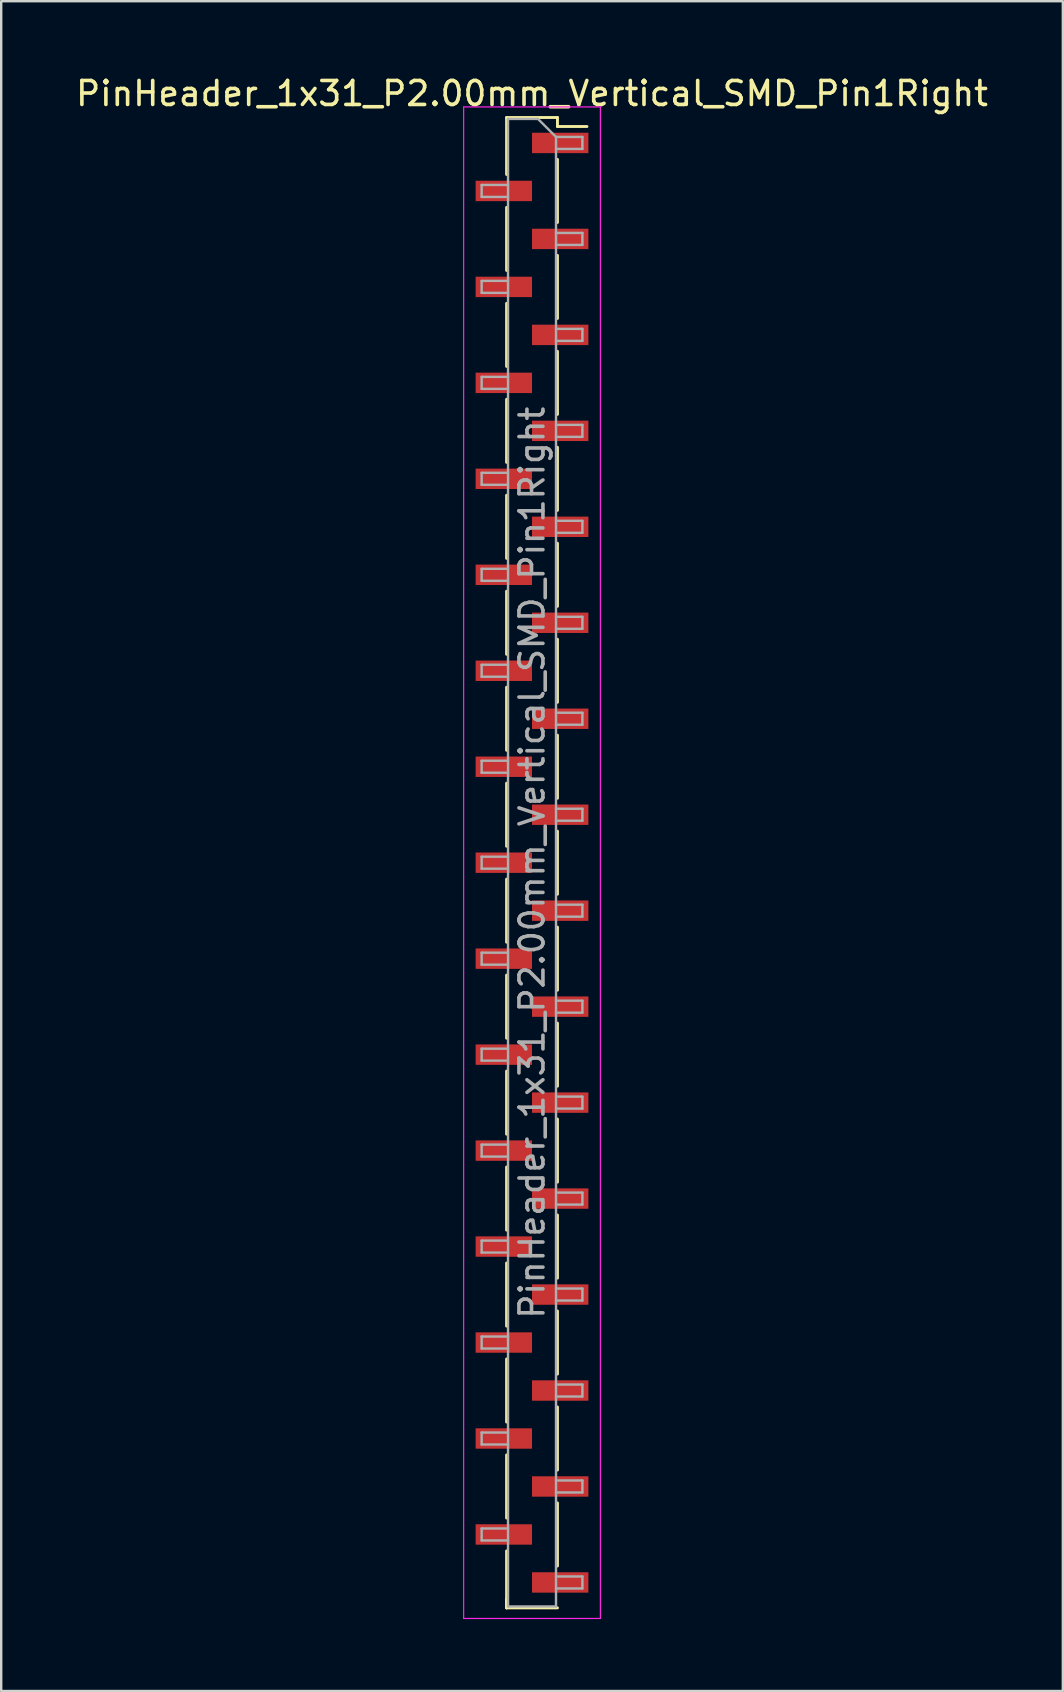
<source format=kicad_pcb>
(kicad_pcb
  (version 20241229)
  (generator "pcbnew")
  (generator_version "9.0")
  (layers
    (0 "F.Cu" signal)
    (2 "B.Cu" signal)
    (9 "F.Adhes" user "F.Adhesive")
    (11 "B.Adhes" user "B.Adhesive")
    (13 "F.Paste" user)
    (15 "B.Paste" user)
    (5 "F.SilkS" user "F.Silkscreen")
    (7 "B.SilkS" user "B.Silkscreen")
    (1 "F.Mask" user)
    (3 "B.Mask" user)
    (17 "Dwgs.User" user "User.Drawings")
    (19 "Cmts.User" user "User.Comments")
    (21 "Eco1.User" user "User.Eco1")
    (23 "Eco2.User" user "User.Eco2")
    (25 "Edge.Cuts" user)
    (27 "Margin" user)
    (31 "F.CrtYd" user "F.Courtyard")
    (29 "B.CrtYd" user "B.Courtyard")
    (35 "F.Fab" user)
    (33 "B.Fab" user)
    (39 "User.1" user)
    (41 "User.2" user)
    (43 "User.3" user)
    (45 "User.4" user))
  (footprint "PinHeader_1x31_P2.00mm_Vertical_SMD_Pin1Right"
    (layer "F.Cu")
    (at 19.125 32.908)
    (property "Reference" "PinHeader_1x31_P2.00mm_Vertical_SMD_Pin1Right" (at 0 -32.06 0) (layer "F.SilkS") (effects (font (size 1 1) (thickness 0.15))))
    (attr smd)
    (fp_line (start -1.06 -31.06) (end -1.06 -28.685) (stroke (width 0.12) (type solid)) (layer "F.SilkS"))
    (fp_line (start -1.06 -31.06) (end 1.06 -31.06) (stroke (width 0.12) (type solid)) (layer "F.SilkS"))
    (fp_line (start -1.06 -27.315) (end -1.06 -24.685) (stroke (width 0.12) (type solid)) (layer "F.SilkS"))
    (fp_line (start -1.06 -23.315) (end -1.06 -20.685) (stroke (width 0.12) (type solid)) (layer "F.SilkS"))
    (fp_line (start -1.06 -19.315) (end -1.06 -16.685) (stroke (width 0.12) (type solid)) (layer "F.SilkS"))
    (fp_line (start -1.06 -15.315) (end -1.06 -12.685) (stroke (width 0.12) (type solid)) (layer "F.SilkS"))
    (fp_line (start -1.06 -11.315) (end -1.06 -8.685) (stroke (width 0.12) (type solid)) (layer "F.SilkS"))
    (fp_line (start -1.06 -7.315) (end -1.06 -4.685) (stroke (width 0.12) (type solid)) (layer "F.SilkS"))
    (fp_line (start -1.06 -3.315) (end -1.06 -0.685) (stroke (width 0.12) (type solid)) (layer "F.SilkS"))
    (fp_line (start -1.06 0.685) (end -1.06 3.315) (stroke (width 0.12) (type solid)) (layer "F.SilkS"))
    (fp_line (start -1.06 4.685) (end -1.06 7.315) (stroke (width 0.12) (type solid)) (layer "F.SilkS"))
    (fp_line (start -1.06 8.685) (end -1.06 11.315) (stroke (width 0.12) (type solid)) (layer "F.SilkS"))
    (fp_line (start -1.06 12.685) (end -1.06 15.315) (stroke (width 0.12) (type solid)) (layer "F.SilkS"))
    (fp_line (start -1.06 16.685) (end -1.06 19.315) (stroke (width 0.12) (type solid)) (layer "F.SilkS"))
    (fp_line (start -1.06 20.685) (end -1.06 23.315) (stroke (width 0.12) (type solid)) (layer "F.SilkS"))
    (fp_line (start -1.06 24.685) (end -1.06 27.315) (stroke (width 0.12) (type solid)) (layer "F.SilkS"))
    (fp_line (start -1.06 28.685) (end -1.06 31.06) (stroke (width 0.12) (type solid)) (layer "F.SilkS"))
    (fp_line (start -1.06 30.685) (end -1.06 31.06) (stroke (width 0.12) (type solid)) (layer "F.SilkS"))
    (fp_line (start -1.06 31.06) (end 1.06 31.06) (stroke (width 0.12) (type solid)) (layer "F.SilkS"))
    (fp_line (start 1.06 -31.06) (end 1.06 -30.685) (stroke (width 0.12) (type solid)) (layer "F.SilkS"))
    (fp_line (start 1.06 -30.685) (end 2.29 -30.685) (stroke (width 0.12) (type solid)) (layer "F.SilkS"))
    (fp_line (start 1.06 -29.315) (end 1.06 -26.685) (stroke (width 0.12) (type solid)) (layer "F.SilkS"))
    (fp_line (start 1.06 -25.315) (end 1.06 -22.685) (stroke (width 0.12) (type solid)) (layer "F.SilkS"))
    (fp_line (start 1.06 -21.315) (end 1.06 -18.685) (stroke (width 0.12) (type solid)) (layer "F.SilkS"))
    (fp_line (start 1.06 -17.315) (end 1.06 -14.685) (stroke (width 0.12) (type solid)) (layer "F.SilkS"))
    (fp_line (start 1.06 -13.315) (end 1.06 -10.685) (stroke (width 0.12) (type solid)) (layer "F.SilkS"))
    (fp_line (start 1.06 -9.315) (end 1.06 -6.685) (stroke (width 0.12) (type solid)) (layer "F.SilkS"))
    (fp_line (start 1.06 -5.315) (end 1.06 -2.685) (stroke (width 0.12) (type solid)) (layer "F.SilkS"))
    (fp_line (start 1.06 -1.315) (end 1.06 1.315) (stroke (width 0.12) (type solid)) (layer "F.SilkS"))
    (fp_line (start 1.06 2.685) (end 1.06 5.315) (stroke (width 0.12) (type solid)) (layer "F.SilkS"))
    (fp_line (start 1.06 6.685) (end 1.06 9.315) (stroke (width 0.12) (type solid)) (layer "F.SilkS"))
    (fp_line (start 1.06 10.685) (end 1.06 13.315) (stroke (width 0.12) (type solid)) (layer "F.SilkS"))
    (fp_line (start 1.06 14.685) (end 1.06 17.315) (stroke (width 0.12) (type solid)) (layer "F.SilkS"))
    (fp_line (start 1.06 18.685) (end 1.06 21.315) (stroke (width 0.12) (type solid)) (layer "F.SilkS"))
    (fp_line (start 1.06 22.685) (end 1.06 25.315) (stroke (width 0.12) (type solid)) (layer "F.SilkS"))
    (fp_line (start 1.06 26.685) (end 1.06 29.315) (stroke (width 0.12) (type solid)) (layer "F.SilkS"))
    (fp_line (start -2.85 -31.5) (end -2.85 31.5) (stroke (width 0.05) (type solid)) (layer "F.CrtYd"))
    (fp_line (start -2.85 31.5) (end 2.85 31.5) (stroke (width 0.05) (type solid)) (layer "F.CrtYd"))
    (fp_line (start 2.85 -31.5) (end -2.85 -31.5) (stroke (width 0.05) (type solid)) (layer "F.CrtYd"))
    (fp_line (start 2.85 31.5) (end 2.85 -31.5) (stroke (width 0.05) (type solid)) (layer "F.CrtYd"))
    (fp_line (start -2.1 -28.25) (end -2.1 -27.75) (stroke (width 0.1) (type solid)) (layer "F.Fab"))
    (fp_line (start -2.1 -27.75) (end -1 -27.75) (stroke (width 0.1) (type solid)) (layer "F.Fab"))
    (fp_line (start -2.1 -24.25) (end -2.1 -23.75) (stroke (width 0.1) (type solid)) (layer "F.Fab"))
    (fp_line (start -2.1 -23.75) (end -1 -23.75) (stroke (width 0.1) (type solid)) (layer "F.Fab"))
    (fp_line (start -2.1 -20.25) (end -2.1 -19.75) (stroke (width 0.1) (type solid)) (layer "F.Fab"))
    (fp_line (start -2.1 -19.75) (end -1 -19.75) (stroke (width 0.1) (type solid)) (layer "F.Fab"))
    (fp_line (start -2.1 -16.25) (end -2.1 -15.75) (stroke (width 0.1) (type solid)) (layer "F.Fab"))
    (fp_line (start -2.1 -15.75) (end -1 -15.75) (stroke (width 0.1) (type solid)) (layer "F.Fab"))
    (fp_line (start -2.1 -12.25) (end -2.1 -11.75) (stroke (width 0.1) (type solid)) (layer "F.Fab"))
    (fp_line (start -2.1 -11.75) (end -1 -11.75) (stroke (width 0.1) (type solid)) (layer "F.Fab"))
    (fp_line (start -2.1 -8.25) (end -2.1 -7.75) (stroke (width 0.1) (type solid)) (layer "F.Fab"))
    (fp_line (start -2.1 -7.75) (end -1 -7.75) (stroke (width 0.1) (type solid)) (layer "F.Fab"))
    (fp_line (start -2.1 -4.25) (end -2.1 -3.75) (stroke (width 0.1) (type solid)) (layer "F.Fab"))
    (fp_line (start -2.1 -3.75) (end -1 -3.75) (stroke (width 0.1) (type solid)) (layer "F.Fab"))
    (fp_line (start -2.1 -0.25) (end -2.1 0.25) (stroke (width 0.1) (type solid)) (layer "F.Fab"))
    (fp_line (start -2.1 0.25) (end -1 0.25) (stroke (width 0.1) (type solid)) (layer "F.Fab"))
    (fp_line (start -2.1 3.75) (end -2.1 4.25) (stroke (width 0.1) (type solid)) (layer "F.Fab"))
    (fp_line (start -2.1 4.25) (end -1 4.25) (stroke (width 0.1) (type solid)) (layer "F.Fab"))
    (fp_line (start -2.1 7.75) (end -2.1 8.25) (stroke (width 0.1) (type solid)) (layer "F.Fab"))
    (fp_line (start -2.1 8.25) (end -1 8.25) (stroke (width 0.1) (type solid)) (layer "F.Fab"))
    (fp_line (start -2.1 11.75) (end -2.1 12.25) (stroke (width 0.1) (type solid)) (layer "F.Fab"))
    (fp_line (start -2.1 12.25) (end -1 12.25) (stroke (width 0.1) (type solid)) (layer "F.Fab"))
    (fp_line (start -2.1 15.75) (end -2.1 16.25) (stroke (width 0.1) (type solid)) (layer "F.Fab"))
    (fp_line (start -2.1 16.25) (end -1 16.25) (stroke (width 0.1) (type solid)) (layer "F.Fab"))
    (fp_line (start -2.1 19.75) (end -2.1 20.25) (stroke (width 0.1) (type solid)) (layer "F.Fab"))
    (fp_line (start -2.1 20.25) (end -1 20.25) (stroke (width 0.1) (type solid)) (layer "F.Fab"))
    (fp_line (start -2.1 23.75) (end -2.1 24.25) (stroke (width 0.1) (type solid)) (layer "F.Fab"))
    (fp_line (start -2.1 24.25) (end -1 24.25) (stroke (width 0.1) (type solid)) (layer "F.Fab"))
    (fp_line (start -2.1 27.75) (end -2.1 28.25) (stroke (width 0.1) (type solid)) (layer "F.Fab"))
    (fp_line (start -2.1 28.25) (end -1 28.25) (stroke (width 0.1) (type solid)) (layer "F.Fab"))
    (fp_line (start -1 -31) (end -1 31) (stroke (width 0.1) (type solid)) (layer "F.Fab"))
    (fp_line (start -1 -31) (end 0.25 -31) (stroke (width 0.1) (type solid)) (layer "F.Fab"))
    (fp_line (start -1 -28.25) (end -2.1 -28.25) (stroke (width 0.1) (type solid)) (layer "F.Fab"))
    (fp_line (start -1 -24.25) (end -2.1 -24.25) (stroke (width 0.1) (type solid)) (layer "F.Fab"))
    (fp_line (start -1 -20.25) (end -2.1 -20.25) (stroke (width 0.1) (type solid)) (layer "F.Fab"))
    (fp_line (start -1 -16.25) (end -2.1 -16.25) (stroke (width 0.1) (type solid)) (layer "F.Fab"))
    (fp_line (start -1 -12.25) (end -2.1 -12.25) (stroke (width 0.1) (type solid)) (layer "F.Fab"))
    (fp_line (start -1 -8.25) (end -2.1 -8.25) (stroke (width 0.1) (type solid)) (layer "F.Fab"))
    (fp_line (start -1 -4.25) (end -2.1 -4.25) (stroke (width 0.1) (type solid)) (layer "F.Fab"))
    (fp_line (start -1 -0.25) (end -2.1 -0.25) (stroke (width 0.1) (type solid)) (layer "F.Fab"))
    (fp_line (start -1 3.75) (end -2.1 3.75) (stroke (width 0.1) (type solid)) (layer "F.Fab"))
    (fp_line (start -1 7.75) (end -2.1 7.75) (stroke (width 0.1) (type solid)) (layer "F.Fab"))
    (fp_line (start -1 11.75) (end -2.1 11.75) (stroke (width 0.1) (type solid)) (layer "F.Fab"))
    (fp_line (start -1 15.75) (end -2.1 15.75) (stroke (width 0.1) (type solid)) (layer "F.Fab"))
    (fp_line (start -1 19.75) (end -2.1 19.75) (stroke (width 0.1) (type solid)) (layer "F.Fab"))
    (fp_line (start -1 23.75) (end -2.1 23.75) (stroke (width 0.1) (type solid)) (layer "F.Fab"))
    (fp_line (start -1 27.75) (end -2.1 27.75) (stroke (width 0.1) (type solid)) (layer "F.Fab"))
    (fp_line (start 1 -30.25) (end 0.25 -31) (stroke (width 0.1) (type solid)) (layer "F.Fab"))
    (fp_line (start 1 -30.25) (end 2.1 -30.25) (stroke (width 0.1) (type solid)) (layer "F.Fab"))
    (fp_line (start 1 -26.25) (end 2.1 -26.25) (stroke (width 0.1) (type solid)) (layer "F.Fab"))
    (fp_line (start 1 -22.25) (end 2.1 -22.25) (stroke (width 0.1) (type solid)) (layer "F.Fab"))
    (fp_line (start 1 -18.25) (end 2.1 -18.25) (stroke (width 0.1) (type solid)) (layer "F.Fab"))
    (fp_line (start 1 -14.25) (end 2.1 -14.25) (stroke (width 0.1) (type solid)) (layer "F.Fab"))
    (fp_line (start 1 -10.25) (end 2.1 -10.25) (stroke (width 0.1) (type solid)) (layer "F.Fab"))
    (fp_line (start 1 -6.25) (end 2.1 -6.25) (stroke (width 0.1) (type solid)) (layer "F.Fab"))
    (fp_line (start 1 -2.25) (end 2.1 -2.25) (stroke (width 0.1) (type solid)) (layer "F.Fab"))
    (fp_line (start 1 1.75) (end 2.1 1.75) (stroke (width 0.1) (type solid)) (layer "F.Fab"))
    (fp_line (start 1 5.75) (end 2.1 5.75) (stroke (width 0.1) (type solid)) (layer "F.Fab"))
    (fp_line (start 1 9.75) (end 2.1 9.75) (stroke (width 0.1) (type solid)) (layer "F.Fab"))
    (fp_line (start 1 13.75) (end 2.1 13.75) (stroke (width 0.1) (type solid)) (layer "F.Fab"))
    (fp_line (start 1 17.75) (end 2.1 17.75) (stroke (width 0.1) (type solid)) (layer "F.Fab"))
    (fp_line (start 1 21.75) (end 2.1 21.75) (stroke (width 0.1) (type solid)) (layer "F.Fab"))
    (fp_line (start 1 25.75) (end 2.1 25.75) (stroke (width 0.1) (type solid)) (layer "F.Fab"))
    (fp_line (start 1 29.75) (end 2.1 29.75) (stroke (width 0.1) (type solid)) (layer "F.Fab"))
    (fp_line (start 1 31) (end -1 31) (stroke (width 0.1) (type solid)) (layer "F.Fab"))
    (fp_line (start 1 31) (end 1 -30.25) (stroke (width 0.1) (type solid)) (layer "F.Fab"))
    (fp_line (start 2.1 -30.25) (end 2.1 -29.75) (stroke (width 0.1) (type solid)) (layer "F.Fab"))
    (fp_line (start 2.1 -29.75) (end 1 -29.75) (stroke (width 0.1) (type solid)) (layer "F.Fab"))
    (fp_line (start 2.1 -26.25) (end 2.1 -25.75) (stroke (width 0.1) (type solid)) (layer "F.Fab"))
    (fp_line (start 2.1 -25.75) (end 1 -25.75) (stroke (width 0.1) (type solid)) (layer "F.Fab"))
    (fp_line (start 2.1 -22.25) (end 2.1 -21.75) (stroke (width 0.1) (type solid)) (layer "F.Fab"))
    (fp_line (start 2.1 -21.75) (end 1 -21.75) (stroke (width 0.1) (type solid)) (layer "F.Fab"))
    (fp_line (start 2.1 -18.25) (end 2.1 -17.75) (stroke (width 0.1) (type solid)) (layer "F.Fab"))
    (fp_line (start 2.1 -17.75) (end 1 -17.75) (stroke (width 0.1) (type solid)) (layer "F.Fab"))
    (fp_line (start 2.1 -14.25) (end 2.1 -13.75) (stroke (width 0.1) (type solid)) (layer "F.Fab"))
    (fp_line (start 2.1 -13.75) (end 1 -13.75) (stroke (width 0.1) (type solid)) (layer "F.Fab"))
    (fp_line (start 2.1 -10.25) (end 2.1 -9.75) (stroke (width 0.1) (type solid)) (layer "F.Fab"))
    (fp_line (start 2.1 -9.75) (end 1 -9.75) (stroke (width 0.1) (type solid)) (layer "F.Fab"))
    (fp_line (start 2.1 -6.25) (end 2.1 -5.75) (stroke (width 0.1) (type solid)) (layer "F.Fab"))
    (fp_line (start 2.1 -5.75) (end 1 -5.75) (stroke (width 0.1) (type solid)) (layer "F.Fab"))
    (fp_line (start 2.1 -2.25) (end 2.1 -1.75) (stroke (width 0.1) (type solid)) (layer "F.Fab"))
    (fp_line (start 2.1 -1.75) (end 1 -1.75) (stroke (width 0.1) (type solid)) (layer "F.Fab"))
    (fp_line (start 2.1 1.75) (end 2.1 2.25) (stroke (width 0.1) (type solid)) (layer "F.Fab"))
    (fp_line (start 2.1 2.25) (end 1 2.25) (stroke (width 0.1) (type solid)) (layer "F.Fab"))
    (fp_line (start 2.1 5.75) (end 2.1 6.25) (stroke (width 0.1) (type solid)) (layer "F.Fab"))
    (fp_line (start 2.1 6.25) (end 1 6.25) (stroke (width 0.1) (type solid)) (layer "F.Fab"))
    (fp_line (start 2.1 9.75) (end 2.1 10.25) (stroke (width 0.1) (type solid)) (layer "F.Fab"))
    (fp_line (start 2.1 10.25) (end 1 10.25) (stroke (width 0.1) (type solid)) (layer "F.Fab"))
    (fp_line (start 2.1 13.75) (end 2.1 14.25) (stroke (width 0.1) (type solid)) (layer "F.Fab"))
    (fp_line (start 2.1 14.25) (end 1 14.25) (stroke (width 0.1) (type solid)) (layer "F.Fab"))
    (fp_line (start 2.1 17.75) (end 2.1 18.25) (stroke (width 0.1) (type solid)) (layer "F.Fab"))
    (fp_line (start 2.1 18.25) (end 1 18.25) (stroke (width 0.1) (type solid)) (layer "F.Fab"))
    (fp_line (start 2.1 21.75) (end 2.1 22.25) (stroke (width 0.1) (type solid)) (layer "F.Fab"))
    (fp_line (start 2.1 22.25) (end 1 22.25) (stroke (width 0.1) (type solid)) (layer "F.Fab"))
    (fp_line (start 2.1 25.75) (end 2.1 26.25) (stroke (width 0.1) (type solid)) (layer "F.Fab"))
    (fp_line (start 2.1 26.25) (end 1 26.25) (stroke (width 0.1) (type solid)) (layer "F.Fab"))
    (fp_line (start 2.1 29.75) (end 2.1 30.25) (stroke (width 0.1) (type solid)) (layer "F.Fab"))
    (fp_line (start 2.1 30.25) (end 1 30.25) (stroke (width 0.1) (type solid)) (layer "F.Fab"))
    (fp_text user "${REFERENCE}" (at 0 0 90) (layer "F.Fab") (effects (font (size 1 1) (thickness 0.15))))
    (pad "1" smd rect (at 1.175 -30) (size 2.35 0.85) (layers "F.Cu" "F.Mask" "F.Paste"))
    (pad "2" smd rect (at -1.175 -28) (size 2.35 0.85) (layers "F.Cu" "F.Mask" "F.Paste"))
    (pad "3" smd rect (at 1.175 -26) (size 2.35 0.85) (layers "F.Cu" "F.Mask" "F.Paste"))
    (pad "4" smd rect (at -1.175 -24) (size 2.35 0.85) (layers "F.Cu" "F.Mask" "F.Paste"))
    (pad "5" smd rect (at 1.175 -22) (size 2.35 0.85) (layers "F.Cu" "F.Mask" "F.Paste"))
    (pad "6" smd rect (at -1.175 -20) (size 2.35 0.85) (layers "F.Cu" "F.Mask" "F.Paste"))
    (pad "7" smd rect (at 1.175 -18) (size 2.35 0.85) (layers "F.Cu" "F.Mask" "F.Paste"))
    (pad "8" smd rect (at -1.175 -16) (size 2.35 0.85) (layers "F.Cu" "F.Mask" "F.Paste"))
    (pad "9" smd rect (at 1.175 -14) (size 2.35 0.85) (layers "F.Cu" "F.Mask" "F.Paste"))
    (pad "10" smd rect (at -1.175 -12) (size 2.35 0.85) (layers "F.Cu" "F.Mask" "F.Paste"))
    (pad "11" smd rect (at 1.175 -10) (size 2.35 0.85) (layers "F.Cu" "F.Mask" "F.Paste"))
    (pad "12" smd rect (at -1.175 -8) (size 2.35 0.85) (layers "F.Cu" "F.Mask" "F.Paste"))
    (pad "13" smd rect (at 1.175 -6) (size 2.35 0.85) (layers "F.Cu" "F.Mask" "F.Paste"))
    (pad "14" smd rect (at -1.175 -4) (size 2.35 0.85) (layers "F.Cu" "F.Mask" "F.Paste"))
    (pad "15" smd rect (at 1.175 -2) (size 2.35 0.85) (layers "F.Cu" "F.Mask" "F.Paste"))
    (pad "16" smd rect (at -1.175 0) (size 2.35 0.85) (layers "F.Cu" "F.Mask" "F.Paste"))
    (pad "17" smd rect (at 1.175 2) (size 2.35 0.85) (layers "F.Cu" "F.Mask" "F.Paste"))
    (pad "18" smd rect (at -1.175 4) (size 2.35 0.85) (layers "F.Cu" "F.Mask" "F.Paste"))
    (pad "19" smd rect (at 1.175 6) (size 2.35 0.85) (layers "F.Cu" "F.Mask" "F.Paste"))
    (pad "20" smd rect (at -1.175 8) (size 2.35 0.85) (layers "F.Cu" "F.Mask" "F.Paste"))
    (pad "21" smd rect (at 1.175 10) (size 2.35 0.85) (layers "F.Cu" "F.Mask" "F.Paste"))
    (pad "22" smd rect (at -1.175 12) (size 2.35 0.85) (layers "F.Cu" "F.Mask" "F.Paste"))
    (pad "23" smd rect (at 1.175 14) (size 2.35 0.85) (layers "F.Cu" "F.Mask" "F.Paste"))
    (pad "24" smd rect (at -1.175 16) (size 2.35 0.85) (layers "F.Cu" "F.Mask" "F.Paste"))
    (pad "25" smd rect (at 1.175 18) (size 2.35 0.85) (layers "F.Cu" "F.Mask" "F.Paste"))
    (pad "26" smd rect (at -1.175 20) (size 2.35 0.85) (layers "F.Cu" "F.Mask" "F.Paste"))
    (pad "27" smd rect (at 1.175 22) (size 2.35 0.85) (layers "F.Cu" "F.Mask" "F.Paste"))
    (pad "28" smd rect (at -1.175 24) (size 2.35 0.85) (layers "F.Cu" "F.Mask" "F.Paste"))
    (pad "29" smd rect (at 1.175 26) (size 2.35 0.85) (layers "F.Cu" "F.Mask" "F.Paste"))
    (pad "30" smd rect (at -1.175 28) (size 2.35 0.85) (layers "F.Cu" "F.Mask" "F.Paste"))
    (pad "31" smd rect (at 1.175 30) (size 2.35 0.85) (layers "F.Cu" "F.Mask" "F.Paste")))
  (gr_rect
    (start -3 -3)
    (end 41.25 67.433)
    (stroke (width 0.1) (type default))
    (fill no)
    (layer "Edge.Cuts")))
</source>
